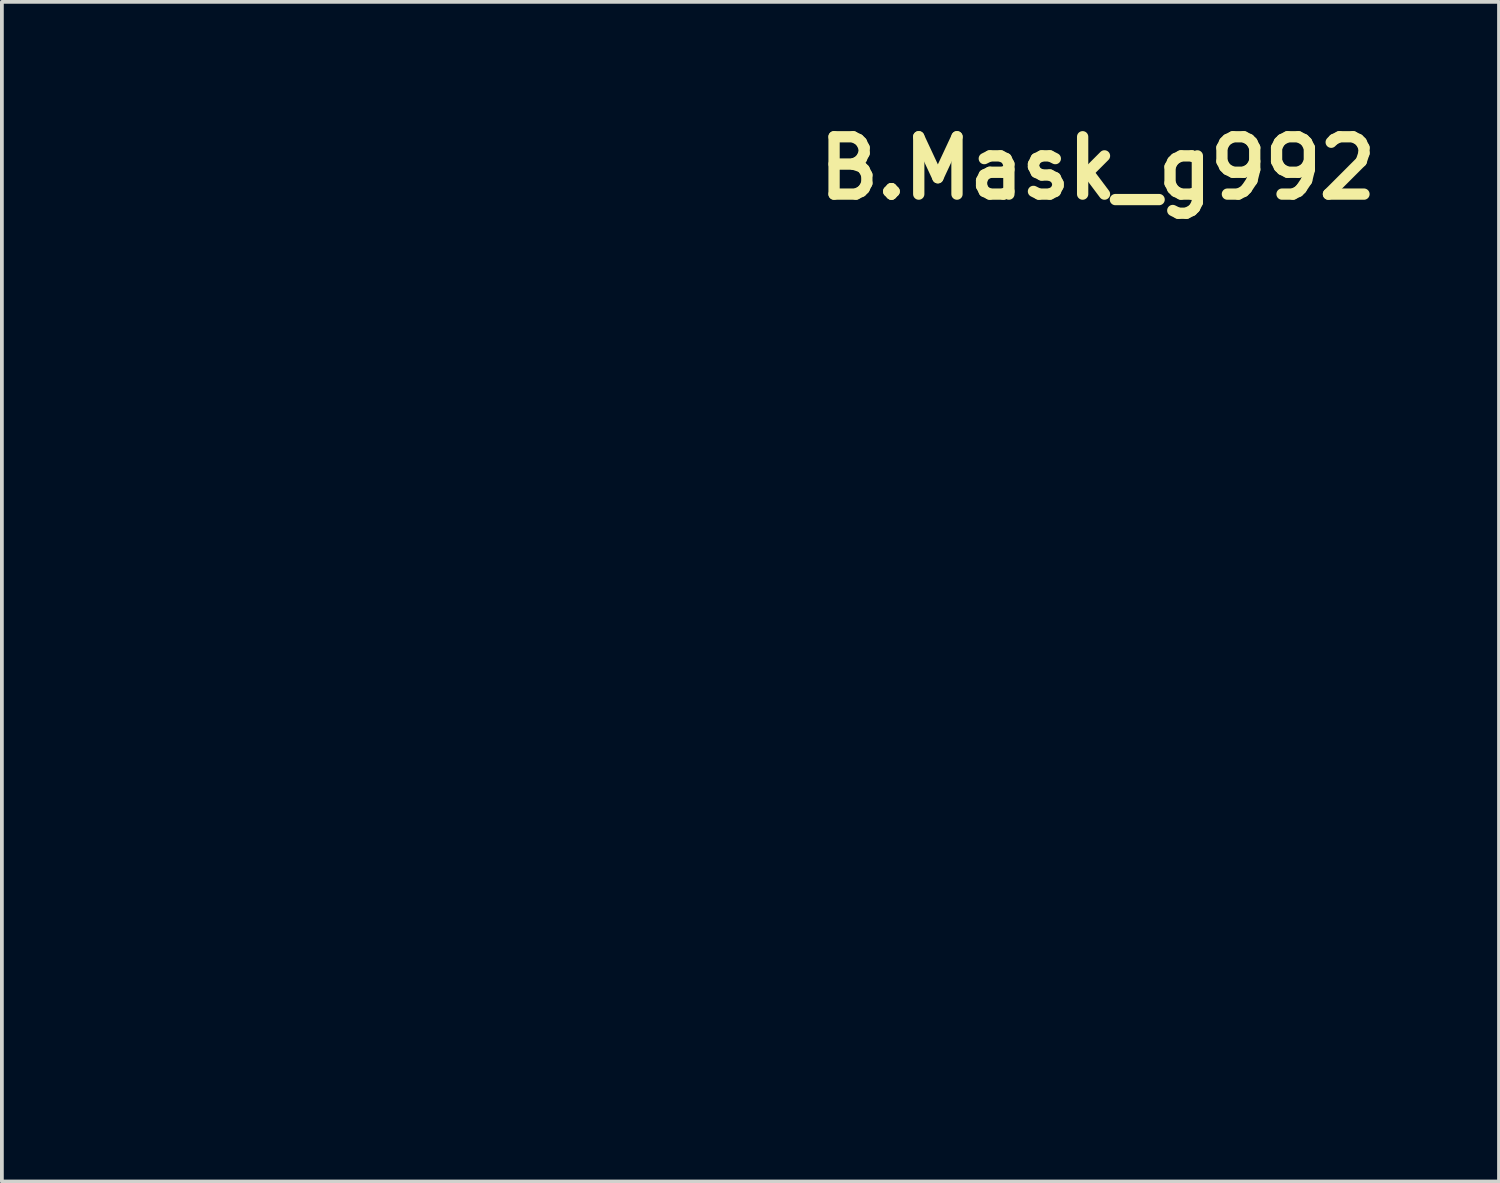
<source format=kicad_pcb>
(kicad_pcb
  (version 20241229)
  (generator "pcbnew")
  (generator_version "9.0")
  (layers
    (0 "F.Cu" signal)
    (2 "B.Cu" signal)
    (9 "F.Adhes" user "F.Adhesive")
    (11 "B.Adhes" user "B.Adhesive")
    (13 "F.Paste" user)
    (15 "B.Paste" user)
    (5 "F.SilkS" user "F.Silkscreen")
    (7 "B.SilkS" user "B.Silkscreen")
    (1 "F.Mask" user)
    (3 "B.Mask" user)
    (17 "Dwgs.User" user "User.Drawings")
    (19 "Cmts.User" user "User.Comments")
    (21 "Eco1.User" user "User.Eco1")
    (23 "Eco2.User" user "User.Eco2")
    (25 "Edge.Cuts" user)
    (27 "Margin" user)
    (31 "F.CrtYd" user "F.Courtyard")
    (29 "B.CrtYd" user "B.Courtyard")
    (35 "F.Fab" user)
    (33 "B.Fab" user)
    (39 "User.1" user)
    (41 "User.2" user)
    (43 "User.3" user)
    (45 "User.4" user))
  (footprint "B.Mask_g992"
    (layer "F.Cu")
    (at 26.113 1.418)
    (property "Reference" "B.Mask_g992" (at 0 0 0) (layer "F.SilkS") (effects (font (size 1.524 1.524) (thickness 0.3))))
    (attr through_hole)
    (fp_poly (pts (xy -20.834 17.517) (xy -20.787 17.556) (xy -20.766 17.626) (xy -20.765 17.661) (xy -20.772 17.735) (xy -20.798 17.778) (xy -20.852 17.798) (xy -20.916 17.801) (xy -20.984 17.797) (xy -21.023 17.78) (xy -21.039 17.76) (xy -21.057 17.698) (xy -21.059 17.626) (xy -21.044 17.563) (xy -21.028 17.538) (xy -20.984 17.515) (xy -20.921 17.505) (xy -20.913 17.505) (xy -20.834 17.517)) (stroke (width 0.01) (type solid)) (fill yes) (layer "B.Mask"))
    (fp_poly (pts (xy -20.848 17.912) (xy -20.801 17.925) (xy -20.79 17.932) (xy -20.781 17.961) (xy -20.775 18.024) (xy -20.769 18.112) (xy -20.766 18.216) (xy -20.764 18.328) (xy -20.764 18.44) (xy -20.767 18.543) (xy -20.771 18.628) (xy -20.777 18.686) (xy -20.783 18.708) (xy -20.815 18.728) (xy -20.872 18.742) (xy -20.936 18.748) (xy -20.989 18.742) (xy -20.997 18.739) (xy -21.035 18.714) (xy -21.045 18.703) (xy -21.052 18.671) (xy -21.057 18.606) (xy -21.06 18.517) (xy -21.061 18.412) (xy -21.061 18.3) (xy -21.058 18.189) (xy -21.054 18.088) (xy -21.049 18.006) (xy -21.042 17.951) (xy -21.035 17.932) (xy -21 17.917) (xy -20.941 17.908) (xy -20.913 17.907) (xy -20.848 17.912)) (stroke (width 0.01) (type solid)) (fill yes) (layer "B.Mask"))
    (fp_poly (pts (xy -22.165 17.898) (xy -22.1 17.93) (xy -22.055 17.972) (xy -22.045 17.991) (xy -22.041 18.009) (xy -22.041 18.029) (xy -22.049 18.056) (xy -22.067 18.095) (xy -22.098 18.152) (xy -22.144 18.232) (xy -22.209 18.342) (xy -22.23 18.378) (xy -22.378 18.626) (xy -22.301 18.806) (xy -22.261 18.907) (xy -22.242 18.979) (xy -22.245 19.029) (xy -22.27 19.066) (xy -22.309 19.092) (xy -22.366 19.11) (xy -22.429 19.112) (xy -22.48 19.098) (xy -22.495 19.087) (xy -22.511 19.057) (xy -22.542 18.996) (xy -22.582 18.908) (xy -22.631 18.802) (xy -22.684 18.683) (xy -22.74 18.557) (xy -22.795 18.431) (xy -22.847 18.311) (xy -22.892 18.203) (xy -22.929 18.114) (xy -22.955 18.049) (xy -22.966 18.016) (xy -22.966 18.014) (xy -22.947 17.963) (xy -22.899 17.922) (xy -22.836 17.897) (xy -22.771 17.893) (xy -22.716 17.914) (xy -22.711 17.918) (xy -22.68 17.951) (xy -22.669 17.971) (xy -22.661 17.996) (xy -22.639 18.049) (xy -22.607 18.12) (xy -22.598 18.14) (xy -22.527 18.295) (xy -22.406 18.09) (xy -22.351 17.999) (xy -22.31 17.939) (xy -22.279 17.904) (xy -22.253 17.888) (xy -22.233 17.886) (xy -22.165 17.898)) (stroke (width 0.01) (type solid)) (fill yes) (layer "B.Mask"))
    (fp_poly (pts (xy -18.646 17.584) (xy -18.598 17.616) (xy -18.576 17.646) (xy -18.541 17.708) (xy -18.494 17.795) (xy -18.439 17.9) (xy -18.38 18.017) (xy -18.319 18.141) (xy -18.259 18.263) (xy -18.205 18.378) (xy -18.158 18.48) (xy -18.123 18.561) (xy -18.102 18.616) (xy -18.098 18.634) (xy -18.116 18.678) (xy -18.164 18.717) (xy -18.227 18.744) (xy -18.287 18.749) (xy -18.33 18.742) (xy -18.362 18.723) (xy -18.392 18.683) (xy -18.426 18.621) (xy -18.489 18.5) (xy -18.695 18.5) (xy -18.901 18.5) (xy -18.964 18.624) (xy -19.01 18.703) (xy -19.054 18.755) (xy -19.091 18.775) (xy -19.099 18.773) (xy -19.119 18.766) (xy -19.155 18.751) (xy -19.226 18.712) (xy -19.271 18.663) (xy -19.283 18.625) (xy -19.274 18.594) (xy -19.248 18.532) (xy -19.21 18.444) (xy -19.161 18.339) (xy -19.117 18.246) (xy -18.774 18.246) (xy -18.606 18.246) (xy -18.642 18.172) (xy -18.667 18.124) (xy -18.687 18.099) (xy -18.69 18.098) (xy -18.707 18.115) (xy -18.732 18.157) (xy -18.739 18.172) (xy -18.774 18.246) (xy -19.117 18.246) (xy -19.105 18.221) (xy -19.045 18.098) (xy -18.985 17.975) (xy -18.927 17.859) (xy -18.874 17.757) (xy -18.83 17.675) (xy -18.798 17.618) (xy -18.781 17.595) (xy -18.716 17.57) (xy -18.646 17.584)) (stroke (width 0.01) (type solid)) (fill yes) (layer "B.Mask"))
    (fp_poly (pts (xy -21.256 17.908) (xy -21.203 17.925) (xy -21.197 17.929) (xy -21.185 17.947) (xy -21.177 17.983) (xy -21.172 18.041) (xy -21.168 18.128) (xy -21.167 18.249) (xy -21.167 18.322) (xy -21.167 18.689) (xy -21.22 18.724) (xy -21.277 18.745) (xy -21.344 18.748) (xy -21.406 18.734) (xy -21.445 18.707) (xy -21.453 18.675) (xy -21.459 18.611) (xy -21.462 18.527) (xy -21.463 18.476) (xy -21.466 18.363) (xy -21.478 18.285) (xy -21.502 18.236) (xy -21.54 18.211) (xy -21.597 18.203) (xy -21.607 18.203) (xy -21.653 18.21) (xy -21.684 18.233) (xy -21.704 18.279) (xy -21.714 18.355) (xy -21.717 18.465) (xy -21.717 18.477) (xy -21.718 18.572) (xy -21.723 18.635) (xy -21.734 18.676) (xy -21.753 18.704) (xy -21.759 18.711) (xy -21.822 18.746) (xy -21.903 18.749) (xy -21.967 18.731) (xy -21.987 18.722) (xy -22.001 18.708) (xy -22.009 18.682) (xy -22.012 18.637) (xy -22.013 18.565) (xy -22.01 18.461) (xy -22.01 18.429) (xy -22.006 18.313) (xy -22.002 18.231) (xy -21.995 18.174) (xy -21.984 18.132) (xy -21.967 18.097) (xy -21.945 18.063) (xy -21.895 18.004) (xy -21.841 17.954) (xy -21.824 17.943) (xy -21.749 17.915) (xy -21.659 17.905) (xy -21.574 17.913) (xy -21.519 17.935) (xy -21.48 17.956) (xy -21.454 17.95) (xy -21.436 17.935) (xy -21.391 17.913) (xy -21.325 17.904) (xy -21.256 17.908)) (stroke (width 0.01) (type solid)) (fill yes) (layer "B.Mask"))
    (fp_poly (pts (xy -24.234 17.57) (xy -24.143 17.576) (xy -24.082 17.588) (xy -24.043 17.607) (xy -24.02 17.635) (xy -24.014 17.647) (xy -24.003 17.689) (xy -23.99 17.762) (xy -23.975 17.853) (xy -23.961 17.952) (xy -23.95 18.047) (xy -23.942 18.126) (xy -23.94 18.167) (xy -23.946 18.225) (xy -23.972 18.263) (xy -24.008 18.288) (xy -24.091 18.325) (xy -24.16 18.323) (xy -24.205 18.299) (xy -24.256 18.274) (xy -24.291 18.268) (xy -24.342 18.284) (xy -24.386 18.325) (xy -24.405 18.375) (xy -24.405 18.377) (xy -24.387 18.422) (xy -24.341 18.452) (xy -24.281 18.464) (xy -24.219 18.454) (xy -24.176 18.429) (xy -24.112 18.397) (xy -24.041 18.399) (xy -23.977 18.433) (xy -23.962 18.45) (xy -23.924 18.52) (xy -23.928 18.585) (xy -23.973 18.65) (xy -23.979 18.656) (xy -24.068 18.716) (xy -24.181 18.755) (xy -24.302 18.771) (xy -24.416 18.758) (xy -24.428 18.755) (xy -24.539 18.7) (xy -24.624 18.615) (xy -24.68 18.507) (xy -24.701 18.38) (xy -24.701 18.371) (xy -24.683 18.243) (xy -24.632 18.134) (xy -24.553 18.049) (xy -24.451 17.994) (xy -24.367 17.976) (xy -24.306 17.968) (xy -24.277 17.956) (xy -24.271 17.934) (xy -24.273 17.915) (xy -24.281 17.89) (xy -24.296 17.875) (xy -24.33 17.868) (xy -24.39 17.865) (xy -24.456 17.865) (xy -24.553 17.861) (xy -24.622 17.852) (xy -24.655 17.839) (xy -24.674 17.796) (xy -24.68 17.732) (xy -24.673 17.664) (xy -24.655 17.612) (xy -24.647 17.602) (xy -24.624 17.587) (xy -24.584 17.577) (xy -24.52 17.571) (xy -24.425 17.569) (xy -24.36 17.568) (xy -24.234 17.57)) (stroke (width 0.01) (type solid)) (fill yes) (layer "B.Mask"))
    (fp_poly (pts (xy -23.318 17.568) (xy -23.221 17.604) (xy -23.141 17.668) (xy -23.105 17.712) (xy -23.071 17.785) (xy -23.055 17.879) (xy -23.058 17.975) (xy -23.081 18.052) (xy -23.102 18.099) (xy -23.102 18.132) (xy -23.078 18.173) (xy -23.067 18.188) (xy -23.032 18.266) (xy -23.017 18.364) (xy -23.021 18.463) (xy -23.046 18.549) (xy -23.063 18.577) (xy -23.162 18.677) (xy -23.283 18.742) (xy -23.402 18.768) (xy -23.481 18.771) (xy -23.544 18.761) (xy -23.611 18.734) (xy -23.643 18.718) (xy -23.753 18.645) (xy -23.825 18.553) (xy -23.864 18.44) (xy -23.867 18.423) (xy -23.87 18.381) (xy -23.558 18.381) (xy -23.543 18.44) (xy -23.494 18.472) (xy -23.439 18.479) (xy -23.371 18.463) (xy -23.337 18.431) (xy -23.31 18.385) (xy -23.312 18.351) (xy -23.344 18.312) (xy -23.347 18.309) (xy -23.405 18.274) (xy -23.467 18.271) (xy -23.52 18.296) (xy -23.553 18.345) (xy -23.558 18.381) (xy -23.87 18.381) (xy -23.872 18.358) (xy -23.86 18.299) (xy -23.829 18.229) (xy -23.825 18.22) (xy -23.794 18.158) (xy -23.781 18.117) (xy -23.785 18.082) (xy -23.803 18.039) (xy -23.804 18.038) (xy -23.827 17.948) (xy -23.826 17.9) (xy -23.534 17.9) (xy -23.525 17.934) (xy -23.504 17.958) (xy -23.457 17.988) (xy -23.408 17.98) (xy -23.377 17.961) (xy -23.35 17.931) (xy -23.357 17.897) (xy -23.36 17.892) (xy -23.403 17.856) (xy -23.46 17.847) (xy -23.507 17.866) (xy -23.534 17.9) (xy -23.826 17.9) (xy -23.825 17.846) (xy -23.798 17.754) (xy -23.784 17.729) (xy -23.745 17.683) (xy -23.691 17.632) (xy -23.672 17.617) (xy -23.624 17.585) (xy -23.578 17.567) (xy -23.518 17.559) (xy -23.442 17.558) (xy -23.318 17.568)) (stroke (width 0.01) (type solid)) (fill yes) (layer "B.Mask"))
    (fp_poly (pts (xy -18.622 15.571) (xy -18.567 15.577) (xy -18.261 15.626) (xy -17.983 15.706) (xy -17.733 15.818) (xy -17.512 15.959) (xy -17.321 16.131) (xy -17.159 16.332) (xy -17.038 16.539) (xy -16.973 16.679) (xy -16.924 16.805) (xy -16.889 16.928) (xy -16.866 17.056) (xy -16.853 17.202) (xy -16.847 17.375) (xy -16.846 17.462) (xy -16.848 17.645) (xy -16.855 17.793) (xy -16.866 17.913) (xy -16.881 18.002) (xy -16.977 18.363) (xy -17.113 18.72) (xy -17.29 19.069) (xy -17.505 19.411) (xy -17.757 19.741) (xy -18.045 20.059) (xy -18.321 20.321) (xy -18.512 20.484) (xy -18.724 20.653) (xy -18.942 20.817) (xy -19.156 20.968) (xy -19.339 21.088) (xy -19.48 21.173) (xy -19.623 21.254) (xy -19.763 21.328) (xy -19.895 21.393) (xy -20.014 21.447) (xy -20.117 21.489) (xy -20.198 21.515) (xy -20.253 21.525) (xy -20.277 21.515) (xy -20.278 21.511) (xy -20.271 21.497) (xy -20.25 21.475) (xy -20.211 21.441) (xy -20.15 21.394) (xy -20.064 21.33) (xy -19.949 21.246) (xy -19.823 21.155) (xy -19.571 20.969) (xy -19.346 20.79) (xy -19.135 20.608) (xy -18.924 20.413) (xy -18.883 20.373) (xy -18.579 20.058) (xy -18.315 19.746) (xy -18.094 19.437) (xy -17.914 19.131) (xy -17.775 18.828) (xy -17.679 18.529) (xy -17.624 18.233) (xy -17.611 17.998) (xy -17.629 17.733) (xy -17.685 17.484) (xy -17.778 17.25) (xy -17.911 17.028) (xy -18.083 16.815) (xy -18.199 16.698) (xy -18.419 16.516) (xy -18.654 16.373) (xy -18.9 16.27) (xy -19.156 16.207) (xy -19.421 16.185) (xy -19.691 16.203) (xy -19.965 16.262) (xy -20.242 16.362) (xy -20.332 16.403) (xy -20.509 16.498) (xy -20.678 16.607) (xy -20.845 16.736) (xy -21.017 16.89) (xy -21.198 17.073) (xy -21.33 17.216) (xy -21.389 17.278) (xy -21.439 17.323) (xy -21.473 17.346) (xy -21.482 17.347) (xy -21.492 17.318) (xy -21.476 17.262) (xy -21.437 17.184) (xy -21.378 17.089) (xy -21.304 16.98) (xy -21.216 16.861) (xy -21.118 16.739) (xy -21.013 16.616) (xy -20.905 16.497) (xy -20.796 16.386) (xy -20.772 16.363) (xy -20.5 16.132) (xy -20.213 15.94) (xy -19.914 15.786) (xy -19.603 15.672) (xy -19.282 15.597) (xy -18.955 15.564) (xy -18.622 15.571)) (stroke (width 0.01) (type solid)) (fill yes) (layer "B.Mask"))
    (fp_poly (pts (xy -19.596 17.569) (xy -19.451 17.57) (xy -19.32 17.572) (xy -19.208 17.575) (xy -19.121 17.58) (xy -19.066 17.585) (xy -19.05 17.589) (xy -19.028 17.625) (xy -19.019 17.692) (xy -19.019 17.695) (xy -19.027 17.763) (xy -19.049 17.801) (xy -19.05 17.802) (xy -19.085 17.811) (xy -19.15 17.818) (xy -19.233 17.822) (xy -19.256 17.822) (xy -19.431 17.822) (xy -19.431 18.255) (xy -19.431 18.412) (xy -19.434 18.533) (xy -19.439 18.621) (xy -19.449 18.682) (xy -19.466 18.721) (xy -19.49 18.742) (xy -19.524 18.751) (xy -19.568 18.754) (xy -19.579 18.754) (xy -19.626 18.752) (xy -19.662 18.745) (xy -19.688 18.726) (xy -19.706 18.692) (xy -19.718 18.636) (xy -19.724 18.554) (xy -19.727 18.44) (xy -19.727 18.291) (xy -19.727 18.255) (xy -19.727 17.822) (xy -19.906 17.822) (xy -20.004 17.82) (xy -20.069 17.812) (xy -20.107 17.797) (xy -20.117 17.789) (xy -20.139 17.771) (xy -20.149 17.783) (xy -20.151 17.83) (xy -20.151 17.83) (xy -20.146 17.881) (xy -20.127 17.904) (xy -20.092 17.911) (xy -20.06 17.918) (xy -20.041 17.935) (xy -20.033 17.974) (xy -20.028 18.041) (xy -20.026 18.11) (xy -20.031 18.15) (xy -20.048 18.171) (xy -20.082 18.187) (xy -20.083 18.187) (xy -20.113 18.201) (xy -20.132 18.219) (xy -20.144 18.253) (xy -20.151 18.311) (xy -20.157 18.389) (xy -20.174 18.52) (xy -20.206 18.616) (xy -20.257 18.682) (xy -20.333 18.723) (xy -20.438 18.745) (xy -20.464 18.748) (xy -20.536 18.752) (xy -20.579 18.748) (xy -20.606 18.732) (xy -20.624 18.709) (xy -20.653 18.643) (xy -20.656 18.576) (xy -20.636 18.52) (xy -20.595 18.485) (xy -20.564 18.479) (xy -20.503 18.464) (xy -20.465 18.418) (xy -20.448 18.338) (xy -20.447 18.299) (xy -20.447 18.186) (xy -20.529 18.197) (xy -20.61 18.191) (xy -20.669 18.152) (xy -20.698 18.086) (xy -20.701 18.054) (xy -20.693 17.976) (xy -20.662 17.93) (xy -20.604 17.91) (xy -20.552 17.907) (xy -20.447 17.907) (xy -20.447 17.781) (xy -20.444 17.706) (xy -20.435 17.662) (xy -20.414 17.638) (xy -20.406 17.633) (xy -20.341 17.613) (xy -20.272 17.612) (xy -20.214 17.63) (xy -20.189 17.652) (xy -20.17 17.677) (xy -20.156 17.671) (xy -20.137 17.631) (xy -20.11 17.568) (xy -19.596 17.569)) (stroke (width 0.01) (type solid)) (fill yes) (layer "B.Mask"))
    (fp_poly (pts (xy -24.008 15.741) (xy -23.898 15.743) (xy -23.811 15.747) (xy -23.739 15.755) (xy -23.673 15.767) (xy -23.602 15.784) (xy -23.554 15.797) (xy -23.229 15.908) (xy -22.919 16.057) (xy -22.627 16.243) (xy -22.356 16.463) (xy -22.107 16.716) (xy -21.883 16.999) (xy -21.687 17.311) (xy -21.62 17.436) (xy -21.564 17.553) (xy -21.532 17.636) (xy -21.525 17.684) (xy -21.54 17.698) (xy -21.579 17.677) (xy -21.64 17.622) (xy -21.723 17.532) (xy -21.78 17.464) (xy -22.034 17.184) (xy -22.301 16.941) (xy -22.578 16.737) (xy -22.865 16.573) (xy -23.16 16.448) (xy -23.44 16.37) (xy -23.571 16.35) (xy -23.721 16.339) (xy -23.878 16.337) (xy -24.027 16.344) (xy -24.154 16.361) (xy -24.194 16.369) (xy -24.387 16.432) (xy -24.557 16.519) (xy -24.717 16.636) (xy -24.828 16.741) (xy -24.951 16.877) (xy -25.048 17.014) (xy -25.126 17.165) (xy -25.194 17.343) (xy -25.212 17.399) (xy -25.249 17.573) (xy -25.26 17.757) (xy -25.246 17.937) (xy -25.215 18.072) (xy -25.136 18.257) (xy -25.019 18.445) (xy -24.865 18.637) (xy -24.671 18.833) (xy -24.438 19.033) (xy -24.164 19.238) (xy -23.849 19.45) (xy -23.789 19.488) (xy -23.624 19.589) (xy -23.432 19.702) (xy -23.211 19.829) (xy -22.957 19.97) (xy -22.67 20.127) (xy -22.347 20.3) (xy -22.31 20.32) (xy -22.077 20.444) (xy -21.878 20.551) (xy -21.707 20.644) (xy -21.561 20.725) (xy -21.436 20.796) (xy -21.326 20.86) (xy -21.228 20.919) (xy -21.137 20.977) (xy -21.049 21.035) (xy -20.987 21.077) (xy -20.67 21.305) (xy -20.395 21.527) (xy -20.16 21.745) (xy -19.967 21.959) (xy -19.812 22.17) (xy -19.715 22.341) (xy -19.644 22.504) (xy -19.601 22.656) (xy -19.582 22.816) (xy -19.58 22.902) (xy -19.593 23.102) (xy -19.635 23.275) (xy -19.708 23.428) (xy -19.815 23.569) (xy -19.827 23.582) (xy -19.98 23.718) (xy -20.152 23.821) (xy -20.337 23.888) (xy -20.528 23.916) (xy -20.57 23.917) (xy -20.65 23.916) (xy -20.694 23.913) (xy -20.706 23.907) (xy -20.691 23.896) (xy -20.669 23.886) (xy -20.619 23.864) (xy -20.545 23.832) (xy -20.459 23.797) (xy -20.44 23.79) (xy -20.254 23.701) (xy -20.108 23.601) (xy -19.999 23.487) (xy -19.926 23.356) (xy -19.887 23.205) (xy -19.88 23.032) (xy -19.882 22.998) (xy -19.92 22.767) (xy -19.999 22.54) (xy -20.116 22.321) (xy -20.27 22.113) (xy -20.374 22.001) (xy -20.463 21.916) (xy -20.558 21.834) (xy -20.661 21.753) (xy -20.776 21.672) (xy -20.906 21.588) (xy -21.053 21.502) (xy -21.22 21.41) (xy -21.41 21.311) (xy -21.626 21.204) (xy -21.871 21.087) (xy -22.147 20.958) (xy -22.458 20.816) (xy -22.692 20.711) (xy -23.017 20.565) (xy -23.306 20.433) (xy -23.564 20.313) (xy -23.794 20.203) (xy -24.001 20.102) (xy -24.187 20.008) (xy -24.357 19.919) (xy -24.515 19.832) (xy -24.596 19.787) (xy -24.893 19.609) (xy -25.15 19.437) (xy -25.372 19.268) (xy -25.56 19.1) (xy -25.718 18.929) (xy -25.847 18.753) (xy -25.95 18.57) (xy -26.031 18.376) (xy -26.041 18.347) (xy -26.064 18.277) (xy -26.081 18.218) (xy -26.093 18.162) (xy -26.1 18.1) (xy -26.105 18.025) (xy -26.107 17.926) (xy -26.108 17.797) (xy -26.108 17.748) (xy -26.105 17.55) (xy -26.096 17.384) (xy -26.078 17.24) (xy -26.049 17.108) (xy -26.007 16.979) (xy -25.95 16.842) (xy -25.908 16.753) (xy -25.775 16.521) (xy -25.617 16.319) (xy -25.429 16.147) (xy -25.209 15.999) (xy -25.093 15.937) (xy -24.955 15.871) (xy -24.832 15.822) (xy -24.716 15.786) (xy -24.595 15.762) (xy -24.461 15.748) (xy -24.302 15.741) (xy -24.151 15.74) (xy -24.008 15.741)) (stroke (width 0.01) (type solid)) (fill yes) (layer "B.Mask")))
  (gr_rect
    (start -3 -3)
    (end 36.776 28.34)
    (stroke (width 0.1) (type default))
    (fill no)
    (layer "Edge.Cuts")))
</source>
